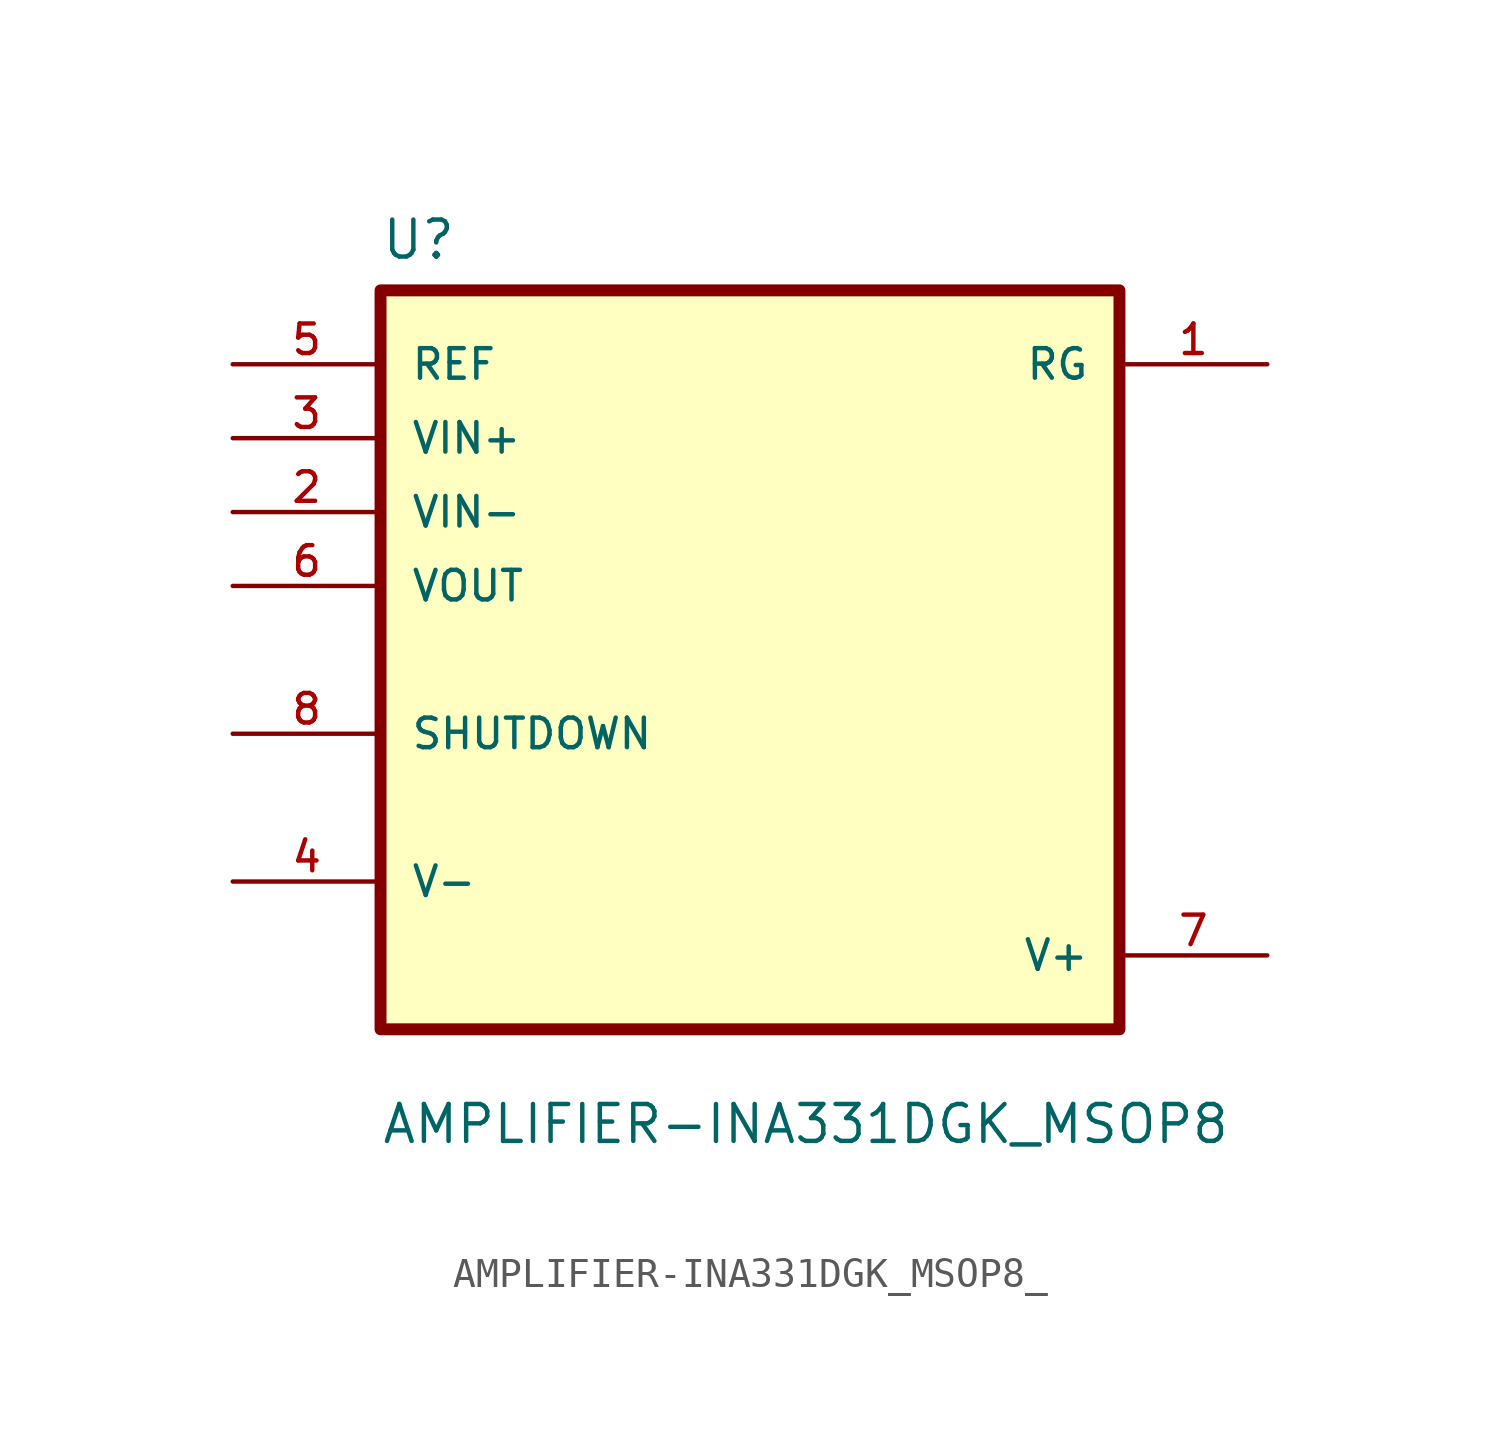
<source format=kicad_sym>
(kicad_symbol_lib
  (version 20241209)
  (generator "kicad_symbol_editor")
  (generator_version "9.0")
  (symbol "AMPLIFIER-INA331DGK_MSOP8_"
    (pin_names
      (offset 1.016))
    (property "Reference" "U"
      (at -12.7 13.7 0)
      (effects (font (size 1.27 1.27)) (justify left bottom)))
    (property "Value" "AMPLIFIER-INA331DGK_MSOP8"
      (at -12.7 -16.7 0)
      (effects (font (size 1.27 1.27)) (justify left bottom)))
    (symbol "AMPLIFIER-INA331DGK_MSOP8__0_0"
      (rectangle (start -12.7 12.7) (end 12.7 -12.7) (stroke (width 0.41) (type default)) (fill (type background)))
      (pin input line (at -17.78 10.16 0) (length 5.08) (name "REF" (effects (font (size 1.016 1.016)))) (number "5" (effects (font (size 1.016 1.016)))))
      (pin input line (at -17.78 7.62 0) (length 5.08) (name "VIN+" (effects (font (size 1.016 1.016)))) (number "3" (effects (font (size 1.016 1.016)))))
      (pin input line (at -17.78 5.08 0) (length 5.08) (name "VIN-" (effects (font (size 1.016 1.016)))) (number "2" (effects (font (size 1.016 1.016)))))
      (pin input line (at -17.78 2.54 0) (length 5.08) (name "VOUT" (effects (font (size 1.016 1.016)))) (number "6" (effects (font (size 1.016 1.016)))))
      (pin input line (at -17.78 -2.54 0) (length 5.08) (name "SHUTDOWN" (effects (font (size 1.016 1.016)))) (number "8" (effects (font (size 1.016 1.016)))))
      (pin input line (at -17.78 -7.62 0) (length 5.08) (name "V-" (effects (font (size 1.016 1.016)))) (number "4" (effects (font (size 1.016 1.016)))))
      (pin input line (at 17.78 10.16 180) (length 5.08) (name "RG" (effects (font (size 1.016 1.016)))) (number "1" (effects (font (size 1.016 1.016)))))
      (pin input line (at 17.78 -10.16 180) (length 5.08) (name "V+" (effects (font (size 1.016 1.016)))) (number "7" (effects (font (size 1.016 1.016))))))))
</source>
